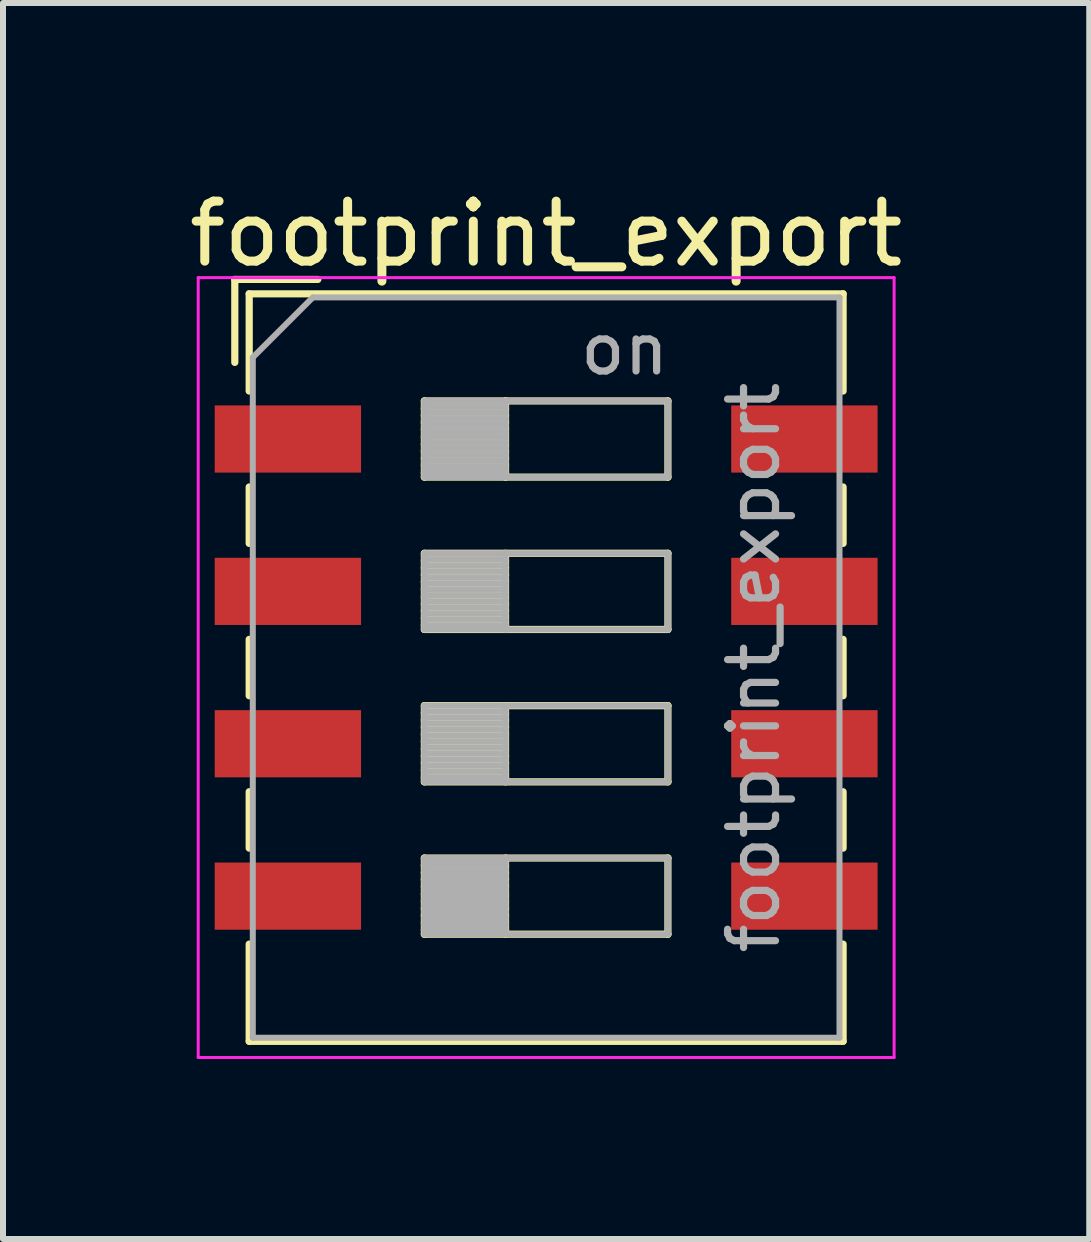
<source format=kicad_pcb>
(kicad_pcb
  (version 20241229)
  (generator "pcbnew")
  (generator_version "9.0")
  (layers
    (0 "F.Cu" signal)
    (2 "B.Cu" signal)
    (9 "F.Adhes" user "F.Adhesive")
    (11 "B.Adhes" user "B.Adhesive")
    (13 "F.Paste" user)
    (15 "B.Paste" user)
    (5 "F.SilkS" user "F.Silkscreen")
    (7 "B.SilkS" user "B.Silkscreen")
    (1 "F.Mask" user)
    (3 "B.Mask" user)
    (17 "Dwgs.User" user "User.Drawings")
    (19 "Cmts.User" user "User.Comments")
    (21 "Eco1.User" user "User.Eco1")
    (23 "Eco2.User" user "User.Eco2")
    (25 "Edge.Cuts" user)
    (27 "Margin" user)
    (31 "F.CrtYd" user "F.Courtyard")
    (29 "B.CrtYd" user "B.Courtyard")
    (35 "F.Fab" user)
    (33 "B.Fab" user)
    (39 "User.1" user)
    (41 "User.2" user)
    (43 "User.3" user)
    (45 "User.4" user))
  (footprint "footprint_export"
    (layer "F.Cu")
    (at 6.054 8.078)
    (property "Reference" "footprint_export" (at 0 -7.23 0) (layer "F.SilkS") (effects (font (size 1 1) (thickness 0.15))))
    (attr smd)
    (fp_line (start -5.19 -6.47) (end -5.19 -5.087) (stroke (width 0.12) (type solid)) (layer "F.SilkS"))
    (fp_line (start -5.19 -6.47) (end -3.806 -6.47) (stroke (width 0.12) (type solid)) (layer "F.SilkS"))
    (fp_line (start -4.95 -6.23) (end -4.95 -4.61) (stroke (width 0.12) (type solid)) (layer "F.SilkS"))
    (fp_line (start -4.95 -6.23) (end 4.95 -6.23) (stroke (width 0.12) (type solid)) (layer "F.SilkS"))
    (fp_line (start -4.95 -3.01) (end -4.95 -2.07) (stroke (width 0.12) (type solid)) (layer "F.SilkS"))
    (fp_line (start -4.95 -0.47) (end -4.95 0.47) (stroke (width 0.12) (type solid)) (layer "F.SilkS"))
    (fp_line (start -4.95 2.07) (end -4.95 3.01) (stroke (width 0.12) (type solid)) (layer "F.SilkS"))
    (fp_line (start -4.95 4.61) (end -4.95 6.23) (stroke (width 0.12) (type solid)) (layer "F.SilkS"))
    (fp_line (start -4.95 6.23) (end 4.95 6.23) (stroke (width 0.12) (type solid)) (layer "F.SilkS"))
    (fp_line (start -2.03 -4.445) (end -2.03 -3.175) (stroke (width 0.12) (type solid)) (layer "F.SilkS"))
    (fp_line (start -2.03 -4.325) (end -0.677 -4.325) (stroke (width 0.12) (type solid)) (layer "F.SilkS"))
    (fp_line (start -2.03 -4.205) (end -0.677 -4.205) (stroke (width 0.12) (type solid)) (layer "F.SilkS"))
    (fp_line (start -2.03 -4.085) (end -0.677 -4.085) (stroke (width 0.12) (type solid)) (layer "F.SilkS"))
    (fp_line (start -2.03 -3.965) (end -0.677 -3.965) (stroke (width 0.12) (type solid)) (layer "F.SilkS"))
    (fp_line (start -2.03 -3.845) (end -0.677 -3.845) (stroke (width 0.12) (type solid)) (layer "F.SilkS"))
    (fp_line (start -2.03 -3.725) (end -0.677 -3.725) (stroke (width 0.12) (type solid)) (layer "F.SilkS"))
    (fp_line (start -2.03 -3.605) (end -0.677 -3.605) (stroke (width 0.12) (type solid)) (layer "F.SilkS"))
    (fp_line (start -2.03 -3.485) (end -0.677 -3.485) (stroke (width 0.12) (type solid)) (layer "F.SilkS"))
    (fp_line (start -2.03 -3.365) (end -0.677 -3.365) (stroke (width 0.12) (type solid)) (layer "F.SilkS"))
    (fp_line (start -2.03 -3.245) (end -0.677 -3.245) (stroke (width 0.12) (type solid)) (layer "F.SilkS"))
    (fp_line (start -2.03 -3.175) (end 2.03 -3.175) (stroke (width 0.12) (type solid)) (layer "F.SilkS"))
    (fp_line (start -2.03 -1.905) (end -2.03 -0.635) (stroke (width 0.12) (type solid)) (layer "F.SilkS"))
    (fp_line (start -2.03 -1.785) (end -0.677 -1.785) (stroke (width 0.12) (type solid)) (layer "F.SilkS"))
    (fp_line (start -2.03 -1.665) (end -0.677 -1.665) (stroke (width 0.12) (type solid)) (layer "F.SilkS"))
    (fp_line (start -2.03 -1.545) (end -0.677 -1.545) (stroke (width 0.12) (type solid)) (layer "F.SilkS"))
    (fp_line (start -2.03 -1.425) (end -0.677 -1.425) (stroke (width 0.12) (type solid)) (layer "F.SilkS"))
    (fp_line (start -2.03 -1.305) (end -0.677 -1.305) (stroke (width 0.12) (type solid)) (layer "F.SilkS"))
    (fp_line (start -2.03 -1.185) (end -0.677 -1.185) (stroke (width 0.12) (type solid)) (layer "F.SilkS"))
    (fp_line (start -2.03 -1.065) (end -0.677 -1.065) (stroke (width 0.12) (type solid)) (layer "F.SilkS"))
    (fp_line (start -2.03 -0.945) (end -0.677 -0.945) (stroke (width 0.12) (type solid)) (layer "F.SilkS"))
    (fp_line (start -2.03 -0.825) (end -0.677 -0.825) (stroke (width 0.12) (type solid)) (layer "F.SilkS"))
    (fp_line (start -2.03 -0.705) (end -0.677 -0.705) (stroke (width 0.12) (type solid)) (layer "F.SilkS"))
    (fp_line (start -2.03 -0.635) (end 2.03 -0.635) (stroke (width 0.12) (type solid)) (layer "F.SilkS"))
    (fp_line (start -2.03 0.635) (end -2.03 1.905) (stroke (width 0.12) (type solid)) (layer "F.SilkS"))
    (fp_line (start -2.03 0.755) (end -0.677 0.755) (stroke (width 0.12) (type solid)) (layer "F.SilkS"))
    (fp_line (start -2.03 0.875) (end -0.677 0.875) (stroke (width 0.12) (type solid)) (layer "F.SilkS"))
    (fp_line (start -2.03 0.995) (end -0.677 0.995) (stroke (width 0.12) (type solid)) (layer "F.SilkS"))
    (fp_line (start -2.03 1.115) (end -0.677 1.115) (stroke (width 0.12) (type solid)) (layer "F.SilkS"))
    (fp_line (start -2.03 1.235) (end -0.677 1.235) (stroke (width 0.12) (type solid)) (layer "F.SilkS"))
    (fp_line (start -2.03 1.355) (end -0.677 1.355) (stroke (width 0.12) (type solid)) (layer "F.SilkS"))
    (fp_line (start -2.03 1.475) (end -0.677 1.475) (stroke (width 0.12) (type solid)) (layer "F.SilkS"))
    (fp_line (start -2.03 1.595) (end -0.677 1.595) (stroke (width 0.12) (type solid)) (layer "F.SilkS"))
    (fp_line (start -2.03 1.715) (end -0.677 1.715) (stroke (width 0.12) (type solid)) (layer "F.SilkS"))
    (fp_line (start -2.03 1.835) (end -0.677 1.835) (stroke (width 0.12) (type solid)) (layer "F.SilkS"))
    (fp_line (start -2.03 1.905) (end 2.03 1.905) (stroke (width 0.12) (type solid)) (layer "F.SilkS"))
    (fp_line (start -2.03 3.175) (end -2.03 4.445) (stroke (width 0.12) (type solid)) (layer "F.SilkS"))
    (fp_line (start -2.03 3.295) (end -0.677 3.295) (stroke (width 0.12) (type solid)) (layer "F.SilkS"))
    (fp_line (start -2.03 3.415) (end -0.677 3.415) (stroke (width 0.12) (type solid)) (layer "F.SilkS"))
    (fp_line (start -2.03 3.535) (end -0.677 3.535) (stroke (width 0.12) (type solid)) (layer "F.SilkS"))
    (fp_line (start -2.03 3.655) (end -0.677 3.655) (stroke (width 0.12) (type solid)) (layer "F.SilkS"))
    (fp_line (start -2.03 3.775) (end -0.677 3.775) (stroke (width 0.12) (type solid)) (layer "F.SilkS"))
    (fp_line (start -2.03 3.895) (end -0.677 3.895) (stroke (width 0.12) (type solid)) (layer "F.SilkS"))
    (fp_line (start -2.03 4.015) (end -0.677 4.015) (stroke (width 0.12) (type solid)) (layer "F.SilkS"))
    (fp_line (start -2.03 4.135) (end -0.677 4.135) (stroke (width 0.12) (type solid)) (layer "F.SilkS"))
    (fp_line (start -2.03 4.255) (end -0.677 4.255) (stroke (width 0.12) (type solid)) (layer "F.SilkS"))
    (fp_line (start -2.03 4.375) (end -0.677 4.375) (stroke (width 0.12) (type solid)) (layer "F.SilkS"))
    (fp_line (start -2.03 4.445) (end 2.03 4.445) (stroke (width 0.12) (type solid)) (layer "F.SilkS"))
    (fp_line (start -0.677 -4.445) (end -0.677 -3.175) (stroke (width 0.12) (type solid)) (layer "F.SilkS"))
    (fp_line (start -0.677 -1.905) (end -0.677 -0.635) (stroke (width 0.12) (type solid)) (layer "F.SilkS"))
    (fp_line (start -0.677 0.635) (end -0.677 1.905) (stroke (width 0.12) (type solid)) (layer "F.SilkS"))
    (fp_line (start -0.677 3.175) (end -0.677 4.445) (stroke (width 0.12) (type solid)) (layer "F.SilkS"))
    (fp_line (start 2.03 -4.445) (end -2.03 -4.445) (stroke (width 0.12) (type solid)) (layer "F.SilkS"))
    (fp_line (start 2.03 -3.175) (end 2.03 -4.445) (stroke (width 0.12) (type solid)) (layer "F.SilkS"))
    (fp_line (start 2.03 -1.905) (end -2.03 -1.905) (stroke (width 0.12) (type solid)) (layer "F.SilkS"))
    (fp_line (start 2.03 -0.635) (end 2.03 -1.905) (stroke (width 0.12) (type solid)) (layer "F.SilkS"))
    (fp_line (start 2.03 0.635) (end -2.03 0.635) (stroke (width 0.12) (type solid)) (layer "F.SilkS"))
    (fp_line (start 2.03 1.905) (end 2.03 0.635) (stroke (width 0.12) (type solid)) (layer "F.SilkS"))
    (fp_line (start 2.03 3.175) (end -2.03 3.175) (stroke (width 0.12) (type solid)) (layer "F.SilkS"))
    (fp_line (start 2.03 4.445) (end 2.03 3.175) (stroke (width 0.12) (type solid)) (layer "F.SilkS"))
    (fp_line (start 4.95 -6.23) (end 4.95 -4.61) (stroke (width 0.12) (type solid)) (layer "F.SilkS"))
    (fp_line (start 4.95 -3.01) (end 4.95 -2.07) (stroke (width 0.12) (type solid)) (layer "F.SilkS"))
    (fp_line (start 4.95 -0.47) (end 4.95 0.47) (stroke (width 0.12) (type solid)) (layer "F.SilkS"))
    (fp_line (start 4.95 2.07) (end 4.95 3.01) (stroke (width 0.12) (type solid)) (layer "F.SilkS"))
    (fp_line (start 4.95 4.61) (end 4.95 6.23) (stroke (width 0.12) (type solid)) (layer "F.SilkS"))
    (fp_line (start -5.8 -6.5) (end -5.8 6.5) (stroke (width 0.05) (type solid)) (layer "F.CrtYd"))
    (fp_line (start -5.8 6.5) (end 5.8 6.5) (stroke (width 0.05) (type solid)) (layer "F.CrtYd"))
    (fp_line (start 5.8 -6.5) (end -5.8 -6.5) (stroke (width 0.05) (type solid)) (layer "F.CrtYd"))
    (fp_line (start 5.8 6.5) (end 5.8 -6.5) (stroke (width 0.05) (type solid)) (layer "F.CrtYd"))
    (fp_line (start -4.89 -5.17) (end -3.89 -6.17) (stroke (width 0.1) (type solid)) (layer "F.Fab"))
    (fp_line (start -4.89 6.17) (end -4.89 -5.17) (stroke (width 0.1) (type solid)) (layer "F.Fab"))
    (fp_line (start -3.89 -6.17) (end 4.89 -6.17) (stroke (width 0.1) (type solid)) (layer "F.Fab"))
    (fp_line (start -2.03 -4.445) (end -2.03 -3.175) (stroke (width 0.1) (type solid)) (layer "F.Fab"))
    (fp_line (start -2.03 -4.345) (end -0.677 -4.345) (stroke (width 0.1) (type solid)) (layer "F.Fab"))
    (fp_line (start -2.03 -4.245) (end -0.677 -4.245) (stroke (width 0.1) (type solid)) (layer "F.Fab"))
    (fp_line (start -2.03 -4.145) (end -0.677 -4.145) (stroke (width 0.1) (type solid)) (layer "F.Fab"))
    (fp_line (start -2.03 -4.045) (end -0.677 -4.045) (stroke (width 0.1) (type solid)) (layer "F.Fab"))
    (fp_line (start -2.03 -3.945) (end -0.677 -3.945) (stroke (width 0.1) (type solid)) (layer "F.Fab"))
    (fp_line (start -2.03 -3.845) (end -0.677 -3.845) (stroke (width 0.1) (type solid)) (layer "F.Fab"))
    (fp_line (start -2.03 -3.745) (end -0.677 -3.745) (stroke (width 0.1) (type solid)) (layer "F.Fab"))
    (fp_line (start -2.03 -3.645) (end -0.677 -3.645) (stroke (width 0.1) (type solid)) (layer "F.Fab"))
    (fp_line (start -2.03 -3.545) (end -0.677 -3.545) (stroke (width 0.1) (type solid)) (layer "F.Fab"))
    (fp_line (start -2.03 -3.445) (end -0.677 -3.445) (stroke (width 0.1) (type solid)) (layer "F.Fab"))
    (fp_line (start -2.03 -3.345) (end -0.677 -3.345) (stroke (width 0.1) (type solid)) (layer "F.Fab"))
    (fp_line (start -2.03 -3.245) (end -0.677 -3.245) (stroke (width 0.1) (type solid)) (layer "F.Fab"))
    (fp_line (start -2.03 -3.175) (end 2.03 -3.175) (stroke (width 0.1) (type solid)) (layer "F.Fab"))
    (fp_line (start -2.03 -1.905) (end -2.03 -0.635) (stroke (width 0.1) (type solid)) (layer "F.Fab"))
    (fp_line (start -2.03 -1.805) (end -0.677 -1.805) (stroke (width 0.1) (type solid)) (layer "F.Fab"))
    (fp_line (start -2.03 -1.705) (end -0.677 -1.705) (stroke (width 0.1) (type solid)) (layer "F.Fab"))
    (fp_line (start -2.03 -1.605) (end -0.677 -1.605) (stroke (width 0.1) (type solid)) (layer "F.Fab"))
    (fp_line (start -2.03 -1.505) (end -0.677 -1.505) (stroke (width 0.1) (type solid)) (layer "F.Fab"))
    (fp_line (start -2.03 -1.405) (end -0.677 -1.405) (stroke (width 0.1) (type solid)) (layer "F.Fab"))
    (fp_line (start -2.03 -1.305) (end -0.677 -1.305) (stroke (width 0.1) (type solid)) (layer "F.Fab"))
    (fp_line (start -2.03 -1.205) (end -0.677 -1.205) (stroke (width 0.1) (type solid)) (layer "F.Fab"))
    (fp_line (start -2.03 -1.105) (end -0.677 -1.105) (stroke (width 0.1) (type solid)) (layer "F.Fab"))
    (fp_line (start -2.03 -1.005) (end -0.677 -1.005) (stroke (width 0.1) (type solid)) (layer "F.Fab"))
    (fp_line (start -2.03 -0.905) (end -0.677 -0.905) (stroke (width 0.1) (type solid)) (layer "F.Fab"))
    (fp_line (start -2.03 -0.805) (end -0.677 -0.805) (stroke (width 0.1) (type solid)) (layer "F.Fab"))
    (fp_line (start -2.03 -0.705) (end -0.677 -0.705) (stroke (width 0.1) (type solid)) (layer "F.Fab"))
    (fp_line (start -2.03 -0.635) (end 2.03 -0.635) (stroke (width 0.1) (type solid)) (layer "F.Fab"))
    (fp_line (start -2.03 0.635) (end -2.03 1.905) (stroke (width 0.1) (type solid)) (layer "F.Fab"))
    (fp_line (start -2.03 0.735) (end -0.677 0.735) (stroke (width 0.1) (type solid)) (layer "F.Fab"))
    (fp_line (start -2.03 0.835) (end -0.677 0.835) (stroke (width 0.1) (type solid)) (layer "F.Fab"))
    (fp_line (start -2.03 0.935) (end -0.677 0.935) (stroke (width 0.1) (type solid)) (layer "F.Fab"))
    (fp_line (start -2.03 1.035) (end -0.677 1.035) (stroke (width 0.1) (type solid)) (layer "F.Fab"))
    (fp_line (start -2.03 1.135) (end -0.677 1.135) (stroke (width 0.1) (type solid)) (layer "F.Fab"))
    (fp_line (start -2.03 1.235) (end -0.677 1.235) (stroke (width 0.1) (type solid)) (layer "F.Fab"))
    (fp_line (start -2.03 1.335) (end -0.677 1.335) (stroke (width 0.1) (type solid)) (layer "F.Fab"))
    (fp_line (start -2.03 1.435) (end -0.677 1.435) (stroke (width 0.1) (type solid)) (layer "F.Fab"))
    (fp_line (start -2.03 1.535) (end -0.677 1.535) (stroke (width 0.1) (type solid)) (layer "F.Fab"))
    (fp_line (start -2.03 1.635) (end -0.677 1.635) (stroke (width 0.1) (type solid)) (layer "F.Fab"))
    (fp_line (start -2.03 1.735) (end -0.677 1.735) (stroke (width 0.1) (type solid)) (layer "F.Fab"))
    (fp_line (start -2.03 1.835) (end -0.677 1.835) (stroke (width 0.1) (type solid)) (layer "F.Fab"))
    (fp_line (start -2.03 1.905) (end 2.03 1.905) (stroke (width 0.1) (type solid)) (layer "F.Fab"))
    (fp_line (start -2.03 3.175) (end -2.03 4.445) (stroke (width 0.1) (type solid)) (layer "F.Fab"))
    (fp_line (start -2.03 3.275) (end -0.677 3.275) (stroke (width 0.1) (type solid)) (layer "F.Fab"))
    (fp_line (start -2.03 3.375) (end -0.677 3.375) (stroke (width 0.1) (type solid)) (layer "F.Fab"))
    (fp_line (start -2.03 3.475) (end -0.677 3.475) (stroke (width 0.1) (type solid)) (layer "F.Fab"))
    (fp_line (start -2.03 3.575) (end -0.677 3.575) (stroke (width 0.1) (type solid)) (layer "F.Fab"))
    (fp_line (start -2.03 3.675) (end -0.677 3.675) (stroke (width 0.1) (type solid)) (layer "F.Fab"))
    (fp_line (start -2.03 3.775) (end -0.677 3.775) (stroke (width 0.1) (type solid)) (layer "F.Fab"))
    (fp_line (start -2.03 3.875) (end -0.677 3.875) (stroke (width 0.1) (type solid)) (layer "F.Fab"))
    (fp_line (start -2.03 3.975) (end -0.677 3.975) (stroke (width 0.1) (type solid)) (layer "F.Fab"))
    (fp_line (start -2.03 4.075) (end -0.677 4.075) (stroke (width 0.1) (type solid)) (layer "F.Fab"))
    (fp_line (start -2.03 4.175) (end -0.677 4.175) (stroke (width 0.1) (type solid)) (layer "F.Fab"))
    (fp_line (start -2.03 4.275) (end -0.677 4.275) (stroke (width 0.1) (type solid)) (layer "F.Fab"))
    (fp_line (start -2.03 4.375) (end -0.677 4.375) (stroke (width 0.1) (type solid)) (layer "F.Fab"))
    (fp_line (start -2.03 4.445) (end 2.03 4.445) (stroke (width 0.1) (type solid)) (layer "F.Fab"))
    (fp_line (start -0.677 -4.445) (end -0.677 -3.175) (stroke (width 0.1) (type solid)) (layer "F.Fab"))
    (fp_line (start -0.677 -1.905) (end -0.677 -0.635) (stroke (width 0.1) (type solid)) (layer "F.Fab"))
    (fp_line (start -0.677 0.635) (end -0.677 1.905) (stroke (width 0.1) (type solid)) (layer "F.Fab"))
    (fp_line (start -0.677 3.175) (end -0.677 4.445) (stroke (width 0.1) (type solid)) (layer "F.Fab"))
    (fp_line (start 2.03 -4.445) (end -2.03 -4.445) (stroke (width 0.1) (type solid)) (layer "F.Fab"))
    (fp_line (start 2.03 -3.175) (end 2.03 -4.445) (stroke (width 0.1) (type solid)) (layer "F.Fab"))
    (fp_line (start 2.03 -1.905) (end -2.03 -1.905) (stroke (width 0.1) (type solid)) (layer "F.Fab"))
    (fp_line (start 2.03 -0.635) (end 2.03 -1.905) (stroke (width 0.1) (type solid)) (layer "F.Fab"))
    (fp_line (start 2.03 0.635) (end -2.03 0.635) (stroke (width 0.1) (type solid)) (layer "F.Fab"))
    (fp_line (start 2.03 1.905) (end 2.03 0.635) (stroke (width 0.1) (type solid)) (layer "F.Fab"))
    (fp_line (start 2.03 3.175) (end -2.03 3.175) (stroke (width 0.1) (type solid)) (layer "F.Fab"))
    (fp_line (start 2.03 4.445) (end 2.03 3.175) (stroke (width 0.1) (type solid)) (layer "F.Fab"))
    (fp_line (start 4.89 -6.17) (end 4.89 6.17) (stroke (width 0.1) (type solid)) (layer "F.Fab"))
    (fp_line (start 4.89 6.17) (end -4.89 6.17) (stroke (width 0.1) (type solid)) (layer "F.Fab"))
    (fp_text user "on" (at 1.308 -5.308 0) (layer "F.Fab") (effects (font (size 0.8 0.8) (thickness 0.12))))
    (fp_text user "${REFERENCE}" (at 3.46 0 90) (layer "F.Fab") (effects (font (size 0.8 0.8) (thickness 0.12))))
    (pad "1" smd rect (at -4.305 -3.81) (size 2.44 1.12) (layers "F.Cu" "F.Mask" "F.Paste"))
    (pad "2" smd rect (at -4.305 -1.27) (size 2.44 1.12) (layers "F.Cu" "F.Mask" "F.Paste"))
    (pad "3" smd rect (at -4.305 1.27) (size 2.44 1.12) (layers "F.Cu" "F.Mask" "F.Paste"))
    (pad "4" smd rect (at -4.305 3.81) (size 2.44 1.12) (layers "F.Cu" "F.Mask" "F.Paste"))
    (pad "5" smd rect (at 4.305 3.81) (size 2.44 1.12) (layers "F.Cu" "F.Mask" "F.Paste"))
    (pad "6" smd rect (at 4.305 1.27) (size 2.44 1.12) (layers "F.Cu" "F.Mask" "F.Paste"))
    (pad "7" smd rect (at 4.305 -1.27) (size 2.44 1.12) (layers "F.Cu" "F.Mask" "F.Paste"))
    (pad "8" smd rect (at 4.305 -3.81) (size 2.44 1.12) (layers "F.Cu" "F.Mask" "F.Paste")))
  (gr_rect
    (start -3 -3)
    (end 15.107 17.603)
    (stroke (width 0.1) (type default))
    (fill no)
    (layer "Edge.Cuts")))
</source>
